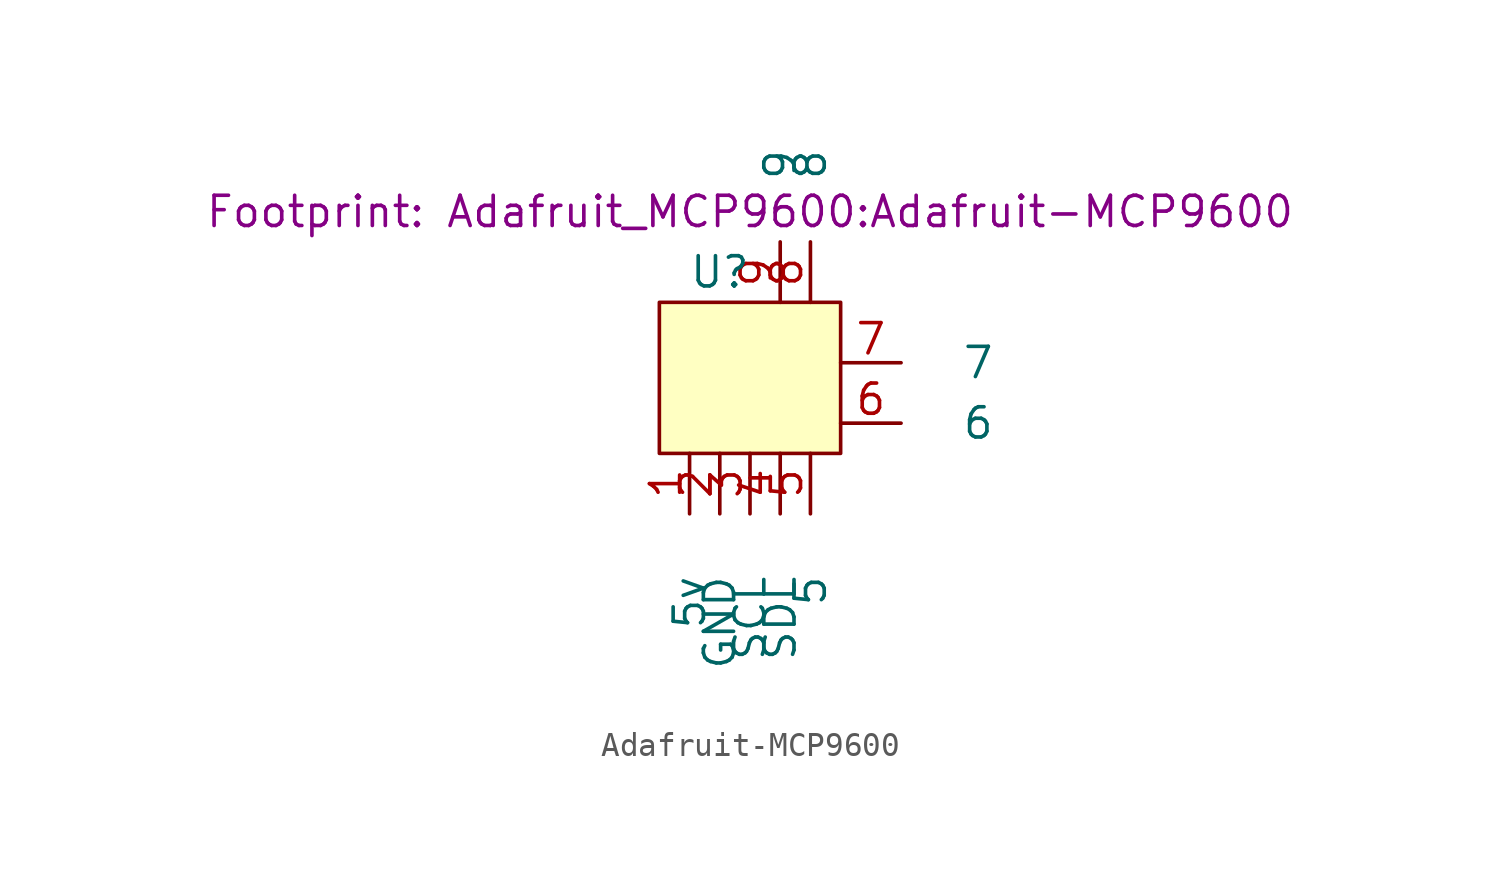
<source format=kicad_sym>
(kicad_symbol_lib
  (version 20220914)
  (generator kicad_symbol_editor)
  (symbol "Adafruit-MCP9600"
    (pin_names
      (offset 2.54))
    (property "Reference" "U"
      (at -1.27 6.35 0)
      (effects (font (size 1.27 1.27))))
    (property "Value" ""
      (at -1.27 2.54 0)
      (effects (font (size 1.27 1.27))))
    (property "Footprint" "Adafruit_MCP9600:Adafruit-MCP9600"
      (at 0 8.89 0)
      (show_name)
      (effects (font (size 1.27 1.27))))
    (symbol "Adafruit-MCP9600_1_1"
      (rectangle (start -3.81 5.08) (end 3.81 -1.27) (stroke (width 0) (type default)) (fill (type background)))
      (pin input line (at -2.54 -1.27 270) (length 2.54) (name "5v" (effects (font (size 1.27 1.27)))) (number "1" (effects (font (size 1.27 1.27)))))
      (pin input line (at -1.27 -1.27 270) (length 2.54) (name "GND" (effects (font (size 1.27 1.27)))) (number "2" (effects (font (size 1.27 1.27)))))
      (pin input line (at 0 -1.27 270) (length 2.54) (name "SCL" (effects (font (size 1.27 1.27)))) (number "3" (effects (font (size 1.27 1.27)))))
      (pin input line (at 1.27 -1.27 270) (length 2.54) (name "SDL" (effects (font (size 1.27 1.27)))) (number "4" (effects (font (size 1.27 1.27)))))
      (pin input line (at 2.54 -1.27 270) (length 2.54) (name "5" (effects (font (size 1.27 1.27)))) (number "5" (effects (font (size 1.27 1.27)))))
      (pin input line (at 3.81 0 0) (length 2.54) (name "6" (effects (font (size 1.27 1.27)))) (number "6" (effects (font (size 1.27 1.27)))))
      (pin input line (at 3.81 2.54 0) (length 2.54) (name "7" (effects (font (size 1.27 1.27)))) (number "7" (effects (font (size 1.27 1.27)))))
      (pin input line (at 2.54 5.08 90) (length 2.54) (name "8" (effects (font (size 1.27 1.27)))) (number "8" (effects (font (size 1.27 1.27)))))
      (pin input line (at 1.27 5.08 90) (length 2.54) (name "9" (effects (font (size 1.27 1.27)))) (number "9" (effects (font (size 1.27 1.27))))))))
</source>
